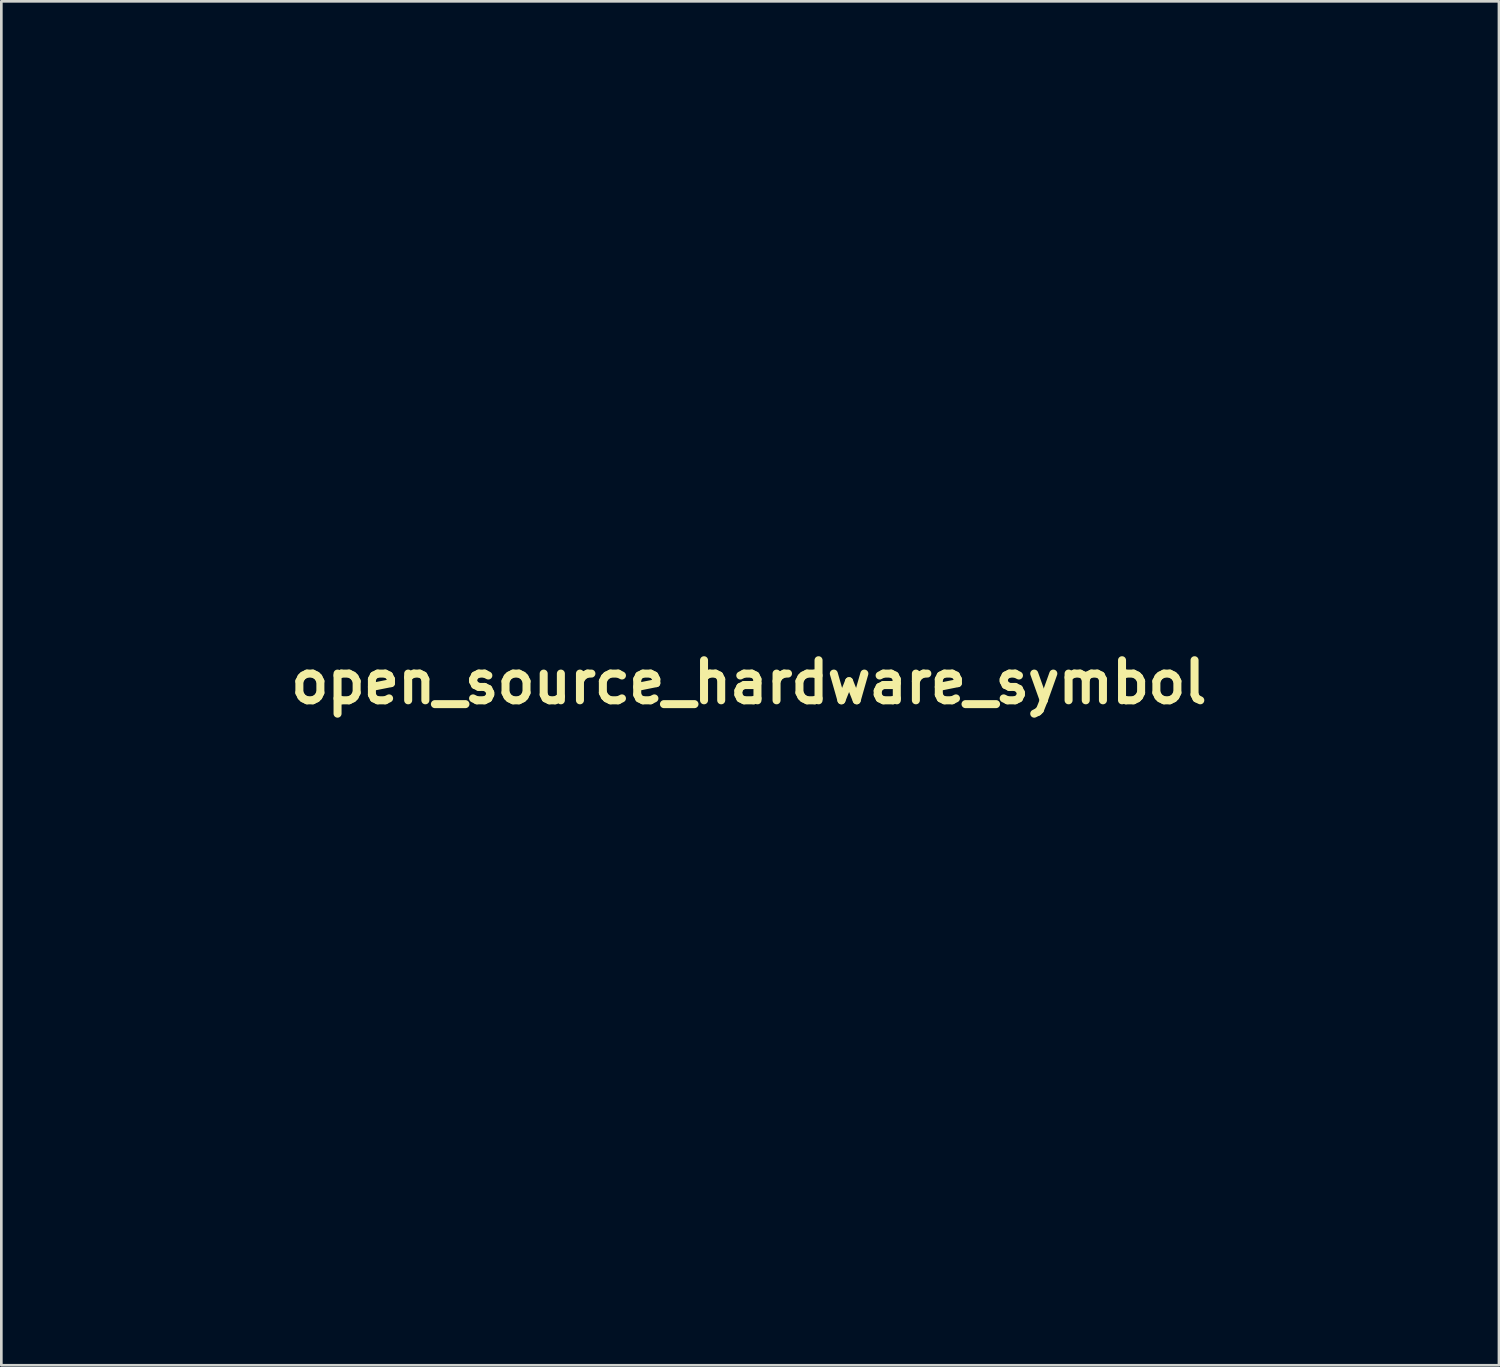
<source format=kicad_pcb>
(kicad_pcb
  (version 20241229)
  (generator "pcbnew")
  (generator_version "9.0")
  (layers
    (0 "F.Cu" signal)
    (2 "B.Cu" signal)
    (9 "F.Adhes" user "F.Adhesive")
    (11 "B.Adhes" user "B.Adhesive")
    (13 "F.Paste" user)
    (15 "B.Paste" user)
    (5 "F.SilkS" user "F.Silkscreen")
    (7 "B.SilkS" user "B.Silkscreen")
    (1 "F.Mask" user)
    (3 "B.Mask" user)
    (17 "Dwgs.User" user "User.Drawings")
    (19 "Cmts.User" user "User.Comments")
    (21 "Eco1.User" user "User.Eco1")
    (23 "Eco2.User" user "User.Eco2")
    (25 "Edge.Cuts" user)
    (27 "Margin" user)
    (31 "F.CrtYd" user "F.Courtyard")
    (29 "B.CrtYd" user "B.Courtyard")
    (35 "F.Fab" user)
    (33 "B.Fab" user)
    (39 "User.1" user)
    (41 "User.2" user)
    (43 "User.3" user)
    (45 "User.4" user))
  (footprint "open_source_hardware_symbol"
    (layer "F.Cu")
    (at 24.975 22.479)
    (property "Reference" "open_source_hardware_symbol" (at 0 0 0) (layer "F.SilkS") (effects (font (size 1.5 1.5) (thickness 0.3))))
    (attr board_only exclude_from_pos_files exclude_from_bom)
    (fp_poly (pts (xy 0.917 -22.478) (xy 1.648 -22.474) (xy 2.234 -22.467) (xy 2.689 -22.456) (xy 3.025 -22.442) (xy 3.256 -22.423) (xy 3.393 -22.4) (xy 3.448 -22.373) (xy 3.481 -22.269) (xy 3.541 -22.016) (xy 3.623 -21.635) (xy 3.723 -21.142) (xy 3.839 -20.558) (xy 3.966 -19.9) (xy 4.1 -19.187) (xy 4.132 -19.014) (xy 4.27 -18.283) (xy 4.402 -17.605) (xy 4.524 -16.998) (xy 4.633 -16.482) (xy 4.725 -16.075) (xy 4.795 -15.794) (xy 4.84 -15.658) (xy 4.846 -15.65) (xy 4.961 -15.581) (xy 5.21 -15.462) (xy 5.567 -15.303) (xy 6.006 -15.115) (xy 6.504 -14.908) (xy 7.033 -14.691) (xy 7.57 -14.475) (xy 8.089 -14.27) (xy 8.566 -14.087) (xy 8.974 -13.934) (xy 9.288 -13.824) (xy 9.485 -13.765) (xy 9.528 -13.758) (xy 9.679 -13.809) (xy 9.959 -13.959) (xy 10.362 -14.205) (xy 10.883 -14.544) (xy 11.498 -14.959) (xy 12.312 -15.517) (xy 12.998 -15.986) (xy 13.568 -16.375) (xy 14.032 -16.69) (xy 14.402 -16.94) (xy 14.691 -17.131) (xy 14.908 -17.272) (xy 15.066 -17.37) (xy 15.176 -17.433) (xy 15.25 -17.467) (xy 15.298 -17.482) (xy 15.322 -17.484) (xy 15.413 -17.425) (xy 15.606 -17.261) (xy 15.884 -17.006) (xy 16.231 -16.676) (xy 16.632 -16.289) (xy 17.07 -15.859) (xy 17.53 -15.403) (xy 17.995 -14.937) (xy 18.45 -14.476) (xy 18.878 -14.037) (xy 19.264 -13.636) (xy 19.592 -13.288) (xy 19.845 -13.01) (xy 20.009 -12.818) (xy 20.066 -12.727) (xy 20.02 -12.618) (xy 19.89 -12.393) (xy 19.69 -12.075) (xy 19.436 -11.685) (xy 19.141 -11.247) (xy 19.024 -11.077) (xy 18.357 -10.109) (xy 17.787 -9.277) (xy 17.313 -8.58) (xy 16.935 -8.016) (xy 16.65 -7.583) (xy 16.458 -7.28) (xy 16.357 -7.105) (xy 16.341 -7.061) (xy 16.373 -6.964) (xy 16.463 -6.732) (xy 16.605 -6.384) (xy 16.788 -5.94) (xy 17.006 -5.42) (xy 17.249 -4.845) (xy 17.335 -4.641) (xy 17.642 -3.932) (xy 17.911 -3.329) (xy 18.138 -2.842) (xy 18.318 -2.484) (xy 18.444 -2.264) (xy 18.5 -2.197) (xy 18.619 -2.157) (xy 18.886 -2.092) (xy 19.28 -2.004) (xy 19.782 -1.9) (xy 20.372 -1.781) (xy 21.03 -1.654) (xy 21.736 -1.522) (xy 21.759 -1.518) (xy 22.464 -1.386) (xy 23.117 -1.261) (xy 23.701 -1.146) (xy 24.196 -1.045) (xy 24.582 -0.963) (xy 24.842 -0.902) (xy 24.954 -0.867) (xy 24.956 -0.866) (xy 24.983 -0.763) (xy 25.007 -0.513) (xy 25.027 -0.139) (xy 25.043 0.337) (xy 25.055 0.892) (xy 25.064 1.505) (xy 25.069 2.153) (xy 25.07 2.814) (xy 25.067 3.465) (xy 25.06 4.085) (xy 25.049 4.651) (xy 25.035 5.14) (xy 25.016 5.532) (xy 24.994 5.802) (xy 24.967 5.929) (xy 24.962 5.936) (xy 24.859 5.965) (xy 24.608 6.02) (xy 24.229 6.099) (xy 23.741 6.196) (xy 23.162 6.309) (xy 22.512 6.434) (xy 21.811 6.566) (xy 21.772 6.573) (xy 21.067 6.707) (xy 20.414 6.835) (xy 19.831 6.954) (xy 19.337 7.06) (xy 18.952 7.148) (xy 18.694 7.215) (xy 18.582 7.256) (xy 18.581 7.258) (xy 18.526 7.361) (xy 18.417 7.601) (xy 18.264 7.96) (xy 18.073 8.417) (xy 17.854 8.951) (xy 17.615 9.544) (xy 17.489 9.858) (xy 17.203 10.582) (xy 16.977 11.164) (xy 16.806 11.621) (xy 16.685 11.967) (xy 16.609 12.218) (xy 16.572 12.39) (xy 16.569 12.496) (xy 16.578 12.529) (xy 16.65 12.65) (xy 16.802 12.887) (xy 17.02 13.215) (xy 17.288 13.61) (xy 17.588 14.049) (xy 17.664 14.159) (xy 18.024 14.679) (xy 18.404 15.229) (xy 18.776 15.767) (xy 19.108 16.247) (xy 19.346 16.593) (xy 19.592 16.961) (xy 19.798 17.291) (xy 19.946 17.554) (xy 20.019 17.718) (xy 20.024 17.744) (xy 19.966 17.837) (xy 19.803 18.031) (xy 19.55 18.312) (xy 19.224 18.662) (xy 18.84 19.067) (xy 18.414 19.51) (xy 17.961 19.975) (xy 17.498 20.446) (xy 17.04 20.907) (xy 16.603 21.342) (xy 16.203 21.735) (xy 15.855 22.07) (xy 15.576 22.33) (xy 15.381 22.5) (xy 15.286 22.564) (xy 15.284 22.564) (xy 15.186 22.518) (xy 14.975 22.39) (xy 14.675 22.197) (xy 14.311 21.954) (xy 14.008 21.747) (xy 13.132 21.143) (xy 12.385 20.63) (xy 11.757 20.203) (xy 11.241 19.855) (xy 10.825 19.581) (xy 10.502 19.374) (xy 10.263 19.228) (xy 10.097 19.138) (xy 9.995 19.096) (xy 9.968 19.092) (xy 9.838 19.131) (xy 9.591 19.239) (xy 9.259 19.4) (xy 8.873 19.6) (xy 8.715 19.685) (xy 8.317 19.896) (xy 7.962 20.074) (xy 7.681 20.204) (xy 7.504 20.271) (xy 7.47 20.278) (xy 7.428 20.251) (xy 7.366 20.166) (xy 7.28 20.013) (xy 7.165 19.781) (xy 7.017 19.462) (xy 6.832 19.045) (xy 6.606 18.521) (xy 6.334 17.881) (xy 6.012 17.115) (xy 5.636 16.213) (xy 5.202 15.166) (xy 5.101 14.922) (xy 4.728 14.018) (xy 4.372 13.158) (xy 4.04 12.354) (xy 3.737 11.621) (xy 3.469 10.971) (xy 3.241 10.418) (xy 3.058 9.974) (xy 2.926 9.652) (xy 2.85 9.466) (xy 2.834 9.426) (xy 2.817 9.356) (xy 2.833 9.284) (xy 2.902 9.193) (xy 3.039 9.068) (xy 3.265 8.89) (xy 3.596 8.643) (xy 3.937 8.393) (xy 4.782 7.709) (xy 5.473 7) (xy 6.025 6.245) (xy 6.454 5.424) (xy 6.672 4.85) (xy 6.949 3.762) (xy 7.058 2.681) (xy 7.002 1.617) (xy 6.782 0.579) (xy 6.4 -0.421) (xy 5.858 -1.375) (xy 5.482 -1.89) (xy 4.857 -2.554) (xy 4.103 -3.153) (xy 3.255 -3.663) (xy 2.347 -4.062) (xy 1.899 -4.207) (xy 1.311 -4.33) (xy 0.621 -4.399) (xy -0.113 -4.415) (xy -0.834 -4.378) (xy -1.485 -4.287) (xy -1.803 -4.211) (xy -2.818 -3.832) (xy -3.755 -3.313) (xy -4.599 -2.665) (xy -5.338 -1.902) (xy -5.955 -1.038) (xy -6.438 -0.086) (xy -6.607 0.364) (xy -6.729 0.747) (xy -6.812 1.076) (xy -6.866 1.406) (xy -6.899 1.794) (xy -6.922 2.286) (xy -6.935 2.8) (xy -6.928 3.199) (xy -6.898 3.54) (xy -6.841 3.875) (xy -6.783 4.132) (xy -6.468 5.15) (xy -6.027 6.074) (xy -5.451 6.915) (xy -4.733 7.685) (xy -3.863 8.396) (xy -3.51 8.641) (xy -3.2 8.855) (xy -2.947 9.045) (xy -2.781 9.186) (xy -2.735 9.241) (xy -2.759 9.338) (xy -2.845 9.579) (xy -2.987 9.955) (xy -3.182 10.455) (xy -3.425 11.067) (xy -3.711 11.782) (xy -4.037 12.589) (xy -4.398 13.475) (xy -4.789 14.432) (xy -5.206 15.448) (xy -5.645 16.512) (xy -6.102 17.613) (xy -6.571 18.742) (xy -6.921 19.579) (xy -7.084 19.943) (xy -7.213 20.166) (xy -7.32 20.266) (xy -7.369 20.278) (xy -7.496 20.239) (xy -7.74 20.132) (xy -8.07 19.973) (xy -8.457 19.774) (xy -8.624 19.685) (xy -9.025 19.475) (xy -9.382 19.297) (xy -9.665 19.167) (xy -9.844 19.099) (xy -9.88 19.092) (xy -9.984 19.139) (xy -10.21 19.271) (xy -10.542 19.478) (xy -10.963 19.749) (xy -11.456 20.074) (xy -12.005 20.441) (xy -12.574 20.828) (xy -13.158 21.226) (xy -13.699 21.591) (xy -14.181 21.914) (xy -14.588 22.183) (xy -14.904 22.388) (xy -15.113 22.519) (xy -15.198 22.564) (xy -15.275 22.506) (xy -15.457 22.34) (xy -15.733 22.08) (xy -16.087 21.739) (xy -16.507 21.329) (xy -16.98 20.863) (xy -17.492 20.354) (xy -17.632 20.214) (xy -18.15 19.693) (xy -18.629 19.208) (xy -19.055 18.772) (xy -19.416 18.398) (xy -19.698 18.1) (xy -19.89 17.891) (xy -19.977 17.784) (xy -19.981 17.775) (xy -19.936 17.674) (xy -19.812 17.465) (xy -19.629 17.178) (xy -19.405 16.844) (xy -19.405 16.844) (xy -19.182 16.517) (xy -18.886 16.086) (xy -18.543 15.586) (xy -18.177 15.051) (xy -17.811 14.518) (xy -17.709 14.369) (xy -17.385 13.894) (xy -17.09 13.456) (xy -16.838 13.077) (xy -16.645 12.78) (xy -16.525 12.587) (xy -16.496 12.534) (xy -16.477 12.459) (xy -16.482 12.35) (xy -16.516 12.19) (xy -16.584 11.961) (xy -16.693 11.648) (xy -16.848 11.233) (xy -17.055 10.7) (xy -17.319 10.032) (xy -17.4 9.829) (xy -17.647 9.213) (xy -17.879 8.647) (xy -18.086 8.149) (xy -18.262 7.74) (xy -18.397 7.439) (xy -18.484 7.266) (xy -18.506 7.233) (xy -18.612 7.198) (xy -18.866 7.135) (xy -19.248 7.051) (xy -19.739 6.949) (xy -20.32 6.832) (xy -20.972 6.705) (xy -21.675 6.572) (xy -21.724 6.563) (xy -22.585 6.4) (xy -23.324 6.254) (xy -23.931 6.128) (xy -24.398 6.023) (xy -24.718 5.942) (xy -24.883 5.885) (xy -24.902 5.871) (xy -24.918 5.763) (xy -24.933 5.505) (xy -24.946 5.117) (xy -24.958 4.616) (xy -24.966 4.021) (xy -24.972 3.353) (xy -24.975 2.63) (xy -24.975 2.479) (xy -24.975 1.645) (xy -24.974 0.964) (xy -24.97 0.421) (xy -24.964 -0.001) (xy -24.954 -0.318) (xy -24.939 -0.545) (xy -24.92 -0.698) (xy -24.895 -0.794) (xy -24.864 -0.849) (xy -24.828 -0.876) (xy -24.714 -0.909) (xy -24.452 -0.967) (xy -24.062 -1.049) (xy -23.565 -1.148) (xy -22.978 -1.262) (xy -22.323 -1.387) (xy -21.618 -1.519) (xy -21.59 -1.524) (xy -20.666 -1.697) (xy -19.905 -1.845) (xy -19.3 -1.97) (xy -18.848 -2.073) (xy -18.543 -2.155) (xy -18.38 -2.216) (xy -18.356 -2.232) (xy -18.288 -2.343) (xy -18.165 -2.585) (xy -17.999 -2.935) (xy -17.8 -3.369) (xy -17.578 -3.862) (xy -17.344 -4.39) (xy -17.109 -4.93) (xy -16.883 -5.456) (xy -16.676 -5.946) (xy -16.5 -6.374) (xy -16.364 -6.717) (xy -16.28 -6.95) (xy -16.256 -7.044) (xy -16.261 -7.086) (xy -16.281 -7.144) (xy -16.325 -7.232) (xy -16.4 -7.359) (xy -16.513 -7.54) (xy -16.674 -7.784) (xy -16.889 -8.105) (xy -17.167 -8.514) (xy -17.516 -9.024) (xy -17.942 -9.645) (xy -18.456 -10.391) (xy -18.606 -10.609) (xy -18.952 -11.114) (xy -19.267 -11.578) (xy -19.538 -11.98) (xy -19.752 -12.303) (xy -19.895 -12.525) (xy -19.956 -12.628) (xy -19.956 -12.628) (xy -19.923 -12.712) (xy -19.791 -12.887) (xy -19.555 -13.156) (xy -19.212 -13.524) (xy -18.757 -13.996) (xy -18.187 -14.577) (xy -17.645 -15.121) (xy -17.122 -15.641) (xy -16.634 -16.122) (xy -16.193 -16.55) (xy -15.814 -16.912) (xy -15.509 -17.197) (xy -15.293 -17.39) (xy -15.179 -17.479) (xy -15.167 -17.484) (xy -15.044 -17.437) (xy -14.83 -17.315) (xy -14.567 -17.141) (xy -14.531 -17.116) (xy -13.755 -16.57) (xy -13.003 -16.047) (xy -12.288 -15.558) (xy -11.622 -15.109) (xy -11.02 -14.711) (xy -10.493 -14.37) (xy -10.055 -14.096) (xy -9.719 -13.898) (xy -9.498 -13.784) (xy -9.417 -13.759) (xy -9.269 -13.791) (xy -8.994 -13.881) (xy -8.617 -14.018) (xy -8.163 -14.192) (xy -7.657 -14.393) (xy -7.124 -14.609) (xy -6.589 -14.832) (xy -6.077 -15.05) (xy -5.614 -15.253) (xy -5.224 -15.43) (xy -4.933 -15.572) (xy -4.765 -15.668) (xy -4.739 -15.69) (xy -4.689 -15.817) (xy -4.614 -16.099) (xy -4.517 -16.526) (xy -4.399 -17.086) (xy -4.263 -17.77) (xy -4.112 -18.565) (xy -4.036 -18.972) (xy -3.904 -19.685) (xy -3.779 -20.351) (xy -3.664 -20.95) (xy -3.563 -21.463) (xy -3.48 -21.869) (xy -3.42 -22.15) (xy -3.385 -22.285) (xy -3.384 -22.288) (xy -3.306 -22.479) (xy 0.03 -22.479)) (stroke (width 0) (type solid)) (fill yes) (layer "F.Mask")))
  (gr_rect
    (start -3 -3)
    (end 53.045 48.043)
    (stroke (width 0.1) (type default))
    (fill no)
    (layer "Edge.Cuts")))
</source>
